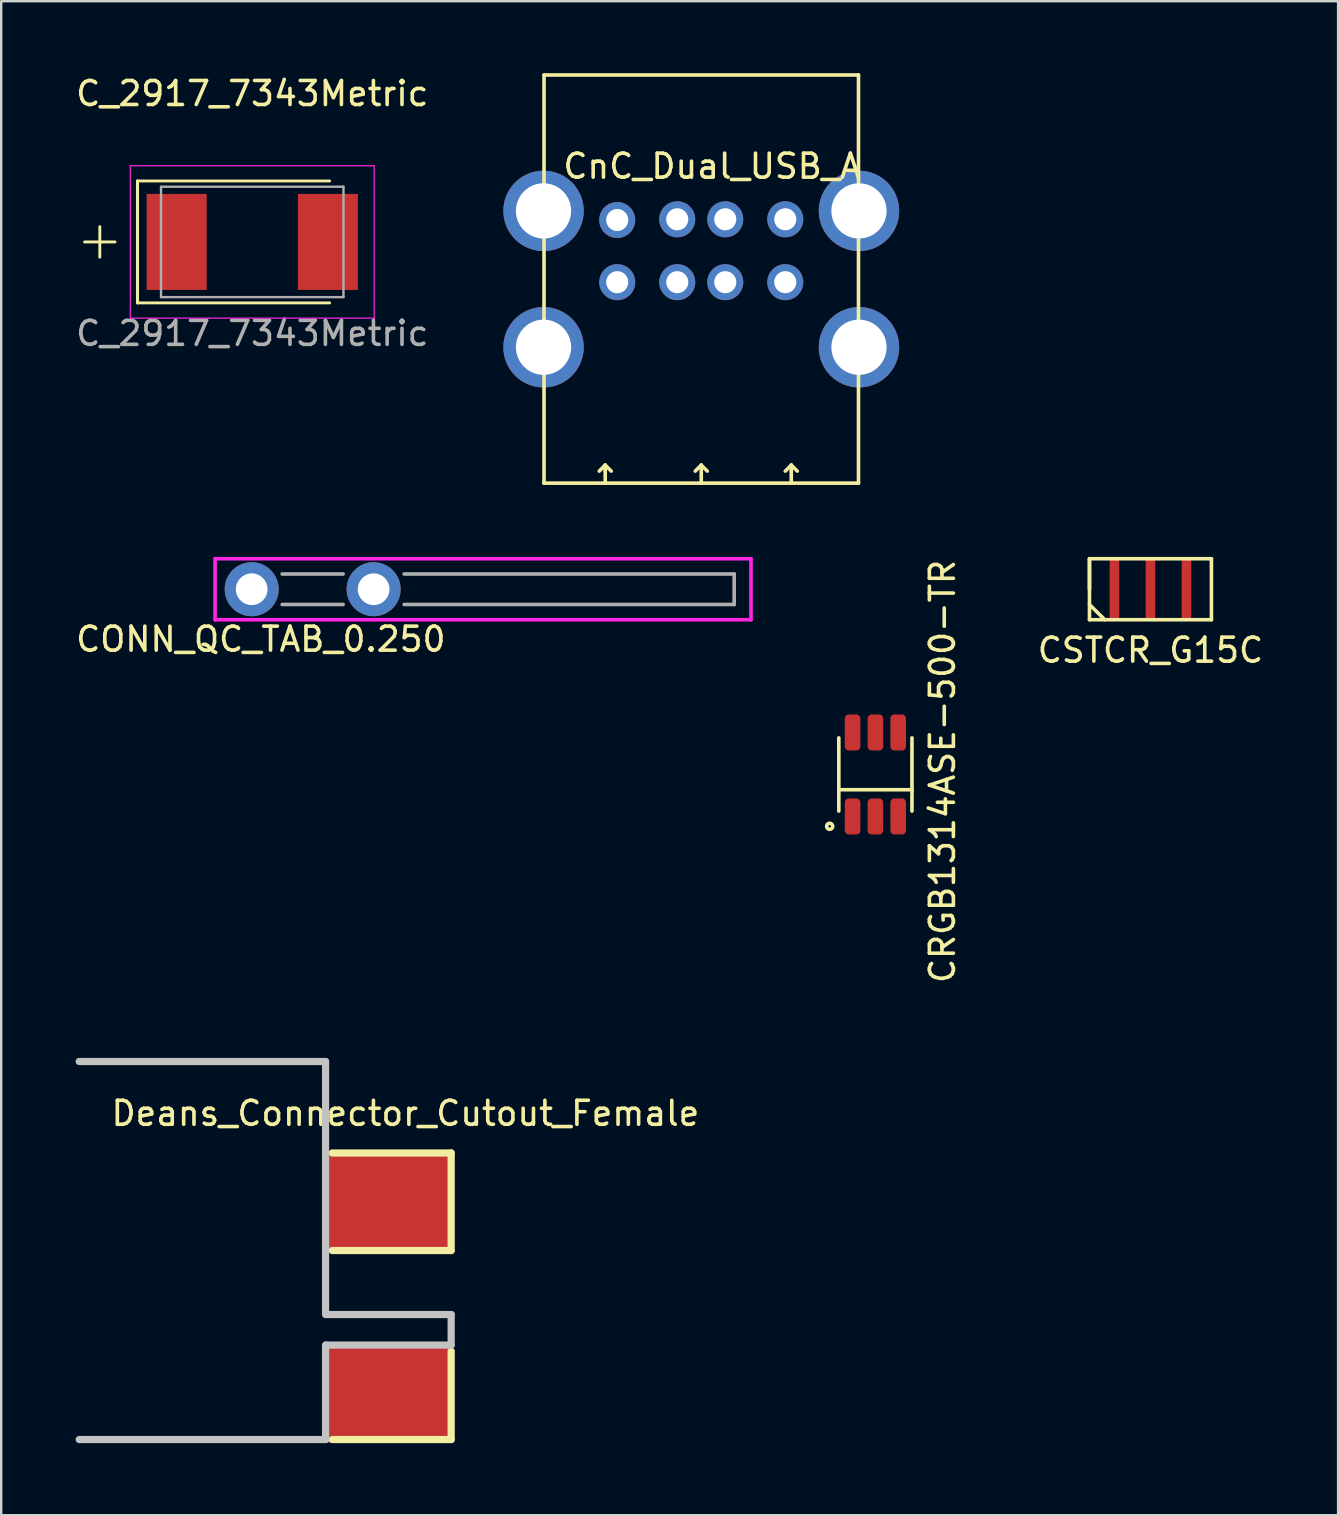
<source format=kicad_pcb>
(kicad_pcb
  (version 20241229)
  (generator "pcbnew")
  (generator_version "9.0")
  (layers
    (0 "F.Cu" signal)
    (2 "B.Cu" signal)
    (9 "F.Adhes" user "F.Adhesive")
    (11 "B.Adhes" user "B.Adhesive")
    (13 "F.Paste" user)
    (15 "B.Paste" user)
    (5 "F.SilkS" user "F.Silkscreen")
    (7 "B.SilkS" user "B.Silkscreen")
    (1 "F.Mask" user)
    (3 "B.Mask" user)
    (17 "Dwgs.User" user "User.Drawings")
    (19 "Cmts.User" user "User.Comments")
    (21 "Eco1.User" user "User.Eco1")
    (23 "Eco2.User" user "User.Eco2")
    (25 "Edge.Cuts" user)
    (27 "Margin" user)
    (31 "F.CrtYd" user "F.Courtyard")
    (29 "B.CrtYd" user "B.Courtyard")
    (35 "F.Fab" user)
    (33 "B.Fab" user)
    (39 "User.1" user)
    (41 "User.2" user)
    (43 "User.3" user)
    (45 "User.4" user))
  (footprint "CSTCR_G15C"
    (layer "F.Cu")
    (at 44.874 21.495)
    (property "Reference" "CSTCR_G15C" (at 0 2.54 0) (layer "F.SilkS") (effects (font (size 1 1) (thickness 0.15))))
    (attr through_hole)
    (fp_line (start -2.54 -1.27) (end -2.54 0) (stroke (width 0.15) (type solid)) (layer "F.SilkS"))
    (fp_line (start -2.54 -1.27) (end -2.54 1.27) (stroke (width 0.15) (type solid)) (layer "F.SilkS"))
    (fp_line (start -2.54 0.64) (end -1.9 1.27) (stroke (width 0.15) (type solid)) (layer "F.SilkS"))
    (fp_line (start -2.54 1.27) (end 2.54 1.27) (stroke (width 0.15) (type solid)) (layer "F.SilkS"))
    (fp_line (start 2.54 -1.27) (end -2.54 -1.27) (stroke (width 0.15) (type solid)) (layer "F.SilkS"))
    (fp_line (start 2.54 1.27) (end 2.54 -1.27) (stroke (width 0.15) (type solid)) (layer "F.SilkS"))
    (pad "1" smd rect (at -1.5 0) (size 0.4 2.6) (layers "F.Cu" "F.Mask" "F.Paste"))
    (pad "2" smd rect (at 0 0) (size 0.4 2.6) (layers "F.Cu" "F.Mask" "F.Paste"))
    (pad "3" smd rect (at 1.5 0) (size 0.4 2.6) (layers "F.Cu" "F.Mask" "F.Paste")))
  (footprint "CRGB1314ASE-500-TR"
    (layer "F.Cu")
    (at 33.416 29.212)
    (property "Reference" "CRGB1314ASE-500-TR" (at 2.794 -0.127 90) (unlocked yes) (layer "F.SilkS") (effects (font (size 1 1) (thickness 0.15))))
    (fp_line (start -1.524 0.635) (end 1.524 0.635) (stroke (width 0.15) (type solid)) (layer "F.SilkS"))
    (fp_line (start -1.524 1.524) (end -1.524 -1.524) (stroke (width 0.15) (type solid)) (layer "F.SilkS"))
    (fp_line (start 1.524 1.524) (end 1.524 -1.524) (stroke (width 0.15) (type solid)) (layer "F.SilkS"))
    (fp_circle (center -1.905 2.159) (end -1.778 2.159) (stroke (width 0.15) (type solid)) (fill no) (layer "F.SilkS"))
    (pad "1" smd roundrect (at -0.95 1.75) (size 0.65 1.5) (layers "F.Cu" "F.Mask" "F.Paste") (roundrect_rratio 0.25))
    (pad "2" smd roundrect (at 0 1.75) (size 0.65 1.5) (layers "F.Cu" "F.Mask" "F.Paste") (roundrect_rratio 0.25))
    (pad "3" smd roundrect (at 0.95 1.75) (size 0.65 1.5) (layers "F.Cu" "F.Mask" "F.Paste") (roundrect_rratio 0.25))
    (pad "4" smd roundrect (at 0.95 -1.75) (size 0.65 1.5) (layers "F.Cu" "F.Mask" "F.Paste") (roundrect_rratio 0.25))
    (pad "5" smd roundrect (at 0 -1.75) (size 0.65 1.5) (layers "F.Cu" "F.Mask" "F.Paste") (roundrect_rratio 0.25))
    (pad "6" smd roundrect (at -0.95 -1.75) (size 0.65 1.5) (layers "F.Cu" "F.Mask" "F.Paste") (roundrect_rratio 0.25)))
  (footprint "CnC_Dual_USB_A"
    (layer "F.Cu")
    (at 26.162 8.575)
    (property "Reference" "CnC_Dual_USB_A" (at 0.45 -4.7 0) (layer "F.SilkS") (effects (font (size 1 1) (thickness 0.15))))
    (attr through_hole)
    (fp_line (start -6.55 -8.5) (end -6.55 8.5) (stroke (width 0.15) (type solid)) (layer "F.SilkS"))
    (fp_line (start -6.55 -8.5) (end 6.55 -8.5) (stroke (width 0.15) (type solid)) (layer "F.SilkS"))
    (fp_line (start -6.55 8.5) (end 6.55 8.5) (stroke (width 0.15) (type solid)) (layer "F.SilkS"))
    (fp_line (start -4 7.75) (end -4.25 8) (stroke (width 0.15) (type solid)) (layer "F.SilkS"))
    (fp_line (start -4 7.75) (end -4 8) (stroke (width 0.15) (type solid)) (layer "F.SilkS"))
    (fp_line (start -4 7.75) (end -3.75 8) (stroke (width 0.15) (type solid)) (layer "F.SilkS"))
    (fp_line (start -4 8.5) (end -4 8) (stroke (width 0.15) (type solid)) (layer "F.SilkS"))
    (fp_line (start 0 7.75) (end -0.25 8) (stroke (width 0.15) (type solid)) (layer "F.SilkS"))
    (fp_line (start 0 7.75) (end 0.25 8) (stroke (width 0.15) (type solid)) (layer "F.SilkS"))
    (fp_line (start 0 8.5) (end 0 7.75) (stroke (width 0.15) (type solid)) (layer "F.SilkS"))
    (fp_line (start 3.75 7.75) (end 3.5 8) (stroke (width 0.15) (type solid)) (layer "F.SilkS"))
    (fp_line (start 3.75 7.75) (end 3.75 8) (stroke (width 0.15) (type solid)) (layer "F.SilkS"))
    (fp_line (start 3.75 7.75) (end 4 8) (stroke (width 0.15) (type solid)) (layer "F.SilkS"))
    (fp_line (start 3.75 8.5) (end 3.75 8) (stroke (width 0.15) (type solid)) (layer "F.SilkS"))
    (fp_line (start 6.55 -8.5) (end 6.55 8.5) (stroke (width 0.15) (type solid)) (layer "F.SilkS"))
    (pad "1" thru_hole circle (at -3.5 0.13) (size 1.5 1.5) (drill 0.92) (layers "*.Cu" "*.Mask"))
    (pad "2" thru_hole circle (at -1 0.13) (size 1.5 1.5) (drill 0.92) (layers "*.Cu" "*.Mask"))
    (pad "3" thru_hole circle (at 1 0.13) (size 1.5 1.5) (drill 0.92) (layers "*.Cu" "*.Mask"))
    (pad "4" thru_hole circle (at 3.5 0.13) (size 1.5 1.5) (drill 0.92) (layers "*.Cu" "*.Mask"))
    (pad "5" thru_hole circle (at -3.5 -2.46) (size 1.5 1.5) (drill 0.92) (layers "*.Cu" "*.Mask"))
    (pad "6" thru_hole circle (at -1 -2.49) (size 1.5 1.5) (drill 0.92) (layers "*.Cu" "*.Mask"))
    (pad "7" thru_hole circle (at 1 -2.49) (size 1.5 1.5) (drill 0.92) (layers "*.Cu" "*.Mask"))
    (pad "8" thru_hole circle (at 3.5 -2.49) (size 1.5 1.5) (drill 0.92) (layers "*.Cu" "*.Mask"))
    (pad "9" thru_hole circle (at -6.57 2.84) (size 3.35 3.35) (drill 2.3) (layers "*.Cu" "*.Mask"))
    (pad "10" thru_hole circle (at 6.57 2.84) (size 3.35 3.35) (drill 2.3) (layers "*.Cu" "*.Mask"))
    (pad "11" thru_hole circle (at 6.57 -2.84) (size 3.35 3.35) (drill 2.3) (layers "*.Cu" "*.Mask"))
    (pad "12" thru_hole circle (at -6.57 -2.84) (size 3.35 3.35) (drill 2.3) (layers "*.Cu" "*.Mask")))
  (footprint "CONN_QC_TAB_0.250"
    (layer "F.Cu")
    (at 7.434 21.495)
    (property "Reference" "CONN_QC_TAB_0.250" (at 0.381 2.083 0) (layer "F.SilkS") (effects (font (size 1 1) (thickness 0.15))))
    (attr through_hole)
    (fp_line (start -1.524 -1.27) (end 20.8 -1.27) (stroke (width 0.15) (type solid)) (layer "F.CrtYd"))
    (fp_line (start -1.524 1.27) (end -1.524 -1.27) (stroke (width 0.15) (type solid)) (layer "F.CrtYd"))
    (fp_line (start 20.8 -1.27) (end 20.8 1.27) (stroke (width 0.15) (type solid)) (layer "F.CrtYd"))
    (fp_line (start 20.8 1.27) (end -1.524 1.27) (stroke (width 0.15) (type solid)) (layer "F.CrtYd"))
    (fp_line (start 1.27 -0.635) (end 3.81 -0.635) (stroke (width 0.15) (type solid)) (layer "F.Fab"))
    (fp_line (start 1.27 0.635) (end 3.81 0.635) (stroke (width 0.15) (type solid)) (layer "F.Fab"))
    (fp_line (start 6.35 -0.635) (end 20.1 -0.635) (stroke (width 0.15) (type solid)) (layer "F.Fab"))
    (fp_line (start 6.35 0.635) (end 20.1 0.635) (stroke (width 0.15) (type solid)) (layer "F.Fab"))
    (fp_line (start 20.1 -0.635) (end 20.1 0.635) (stroke (width 0.15) (type solid)) (layer "F.Fab"))
    (pad "1" thru_hole circle (at 0 0) (size 2.25 2.25) (drill 1.32) (layers "*.Cu" "*.Mask"))
    (pad "1" thru_hole circle (at 5.08 0) (size 2.25 2.25) (drill 1.32) (layers "*.Cu" "*.Mask")))
  (footprint "Deans_Connector_Cutout_Female"
    (layer "F.Cu")
    (at 0.25 42.439)
    (property "Reference" "Deans_Connector_Cutout_Female" (at 13.589 0.889 0) (layer "F.SilkS") (effects (font (size 1 1) (thickness 0.15))))
    (attr through_hole)
    (fp_line (start 10.541 2.54) (end 15.494 2.54) (stroke (width 0.3) (type solid)) (layer "F.SilkS"))
    (fp_line (start 10.541 6.604) (end 15.494 6.604) (stroke (width 0.3) (type solid)) (layer "F.SilkS"))
    (fp_line (start 10.541 14.478) (end 15.494 14.478) (stroke (width 0.3) (type solid)) (layer "F.SilkS"))
    (fp_line (start 15.494 2.54) (end 15.494 6.604) (stroke (width 0.3) (type solid)) (layer "F.SilkS"))
    (fp_line (start 15.494 10.795) (end 15.494 14.478) (stroke (width 0.3) (type solid)) (layer "F.SilkS"))
    (fp_line (start 0 -1.27) (end 10.262 -1.27) (stroke (width 0.3) (type solid)) (layer "Dwgs.User"))
    (fp_line (start 0 14.478) (end 10.262 14.478) (stroke (width 0.3) (type solid)) (layer "Dwgs.User"))
    (fp_line (start 10.262 -1.27) (end 10.262 9.271) (stroke (width 0.3) (type solid)) (layer "Dwgs.User"))
    (fp_line (start 10.262 10.541) (end 10.262 14.478) (stroke (width 0.3) (type solid)) (layer "Dwgs.User"))
    (fp_line (start 10.287 9.271) (end 15.494 9.271) (stroke (width 0.3) (type solid)) (layer "Dwgs.User"))
    (fp_line (start 10.287 10.541) (end 15.494 10.541) (stroke (width 0.3) (type solid)) (layer "Dwgs.User"))
    (fp_line (start 15.494 9.271) (end 15.494 10.541) (stroke (width 0.3) (type solid)) (layer "Dwgs.User"))
    (pad "1" smd rect (at 12.878 4.572) (size 5.232 4.064) (layers "F.Cu" "F.Mask" "F.Paste"))
    (pad "2" smd rect (at 12.878 12.573) (size 5.232 4.064) (layers "F.Cu" "F.Mask" "F.Paste")))
  (footprint "C_2917_7343Metric"
    (layer "F.Cu")
    (at 7.458 7.028)
    (property "Reference" "C_2917_7343Metric" (at 0 -6.18 0) (layer "F.SilkS") (effects (font (size 1 1) (thickness 0.15))))
    (attr smd)
    (fp_line (start -6.985 0) (end -5.715 0) (stroke (width 0.12) (type solid)) (layer "F.SilkS"))
    (fp_line (start -6.35 -0.635) (end -6.35 0.635) (stroke (width 0.12) (type solid)) (layer "F.SilkS"))
    (fp_line (start -4.78 -2.54) (end -4.78 2.54) (stroke (width 0.127) (type solid)) (layer "F.SilkS"))
    (fp_line (start -4.78 -2.54) (end 3.222 -2.54) (stroke (width 0.12) (type solid)) (layer "F.SilkS"))
    (fp_line (start -4.78 2.54) (end 3.222 2.54) (stroke (width 0.12) (type solid)) (layer "F.SilkS"))
    (fp_line (start -5.08 -3.175) (end 5.08 -3.175) (stroke (width 0.05) (type solid)) (layer "F.CrtYd"))
    (fp_line (start -5.08 3.175) (end -5.08 -3.175) (stroke (width 0.05) (type solid)) (layer "F.CrtYd"))
    (fp_line (start 5.08 -3.175) (end 5.08 3.175) (stroke (width 0.05) (type solid)) (layer "F.CrtYd"))
    (fp_line (start 5.08 3.175) (end -5.08 3.175) (stroke (width 0.05) (type solid)) (layer "F.CrtYd"))
    (fp_line (start -3.8 -2.3) (end 3.8 -2.3) (stroke (width 0.1) (type solid)) (layer "F.Fab"))
    (fp_line (start -3.8 2.3) (end -3.8 -2.3) (stroke (width 0.1) (type solid)) (layer "F.Fab"))
    (fp_line (start 3.8 -2.3) (end 3.8 2.3) (stroke (width 0.1) (type solid)) (layer "F.Fab"))
    (fp_line (start 3.8 2.3) (end -3.8 2.3) (stroke (width 0.1) (type solid)) (layer "F.Fab"))
    (fp_text user "${REFERENCE}" (at 0 3.81 0) (layer "F.Fab") (effects (font (size 1 1) (thickness 0.15))))
    (pad "1" smd rect (at -3.15 0) (size 2.5 4) (layers "F.Cu" "F.Mask" "F.Paste"))
    (pad "2" smd rect (at 3.15 0) (size 2.5 4) (layers "F.Cu" "F.Mask" "F.Paste")))
  (gr_rect
    (start -3 -3)
    (end 52.69 60.067)
    (stroke (width 0.1) (type default))
    (fill no)
    (layer "Edge.Cuts")))
</source>
